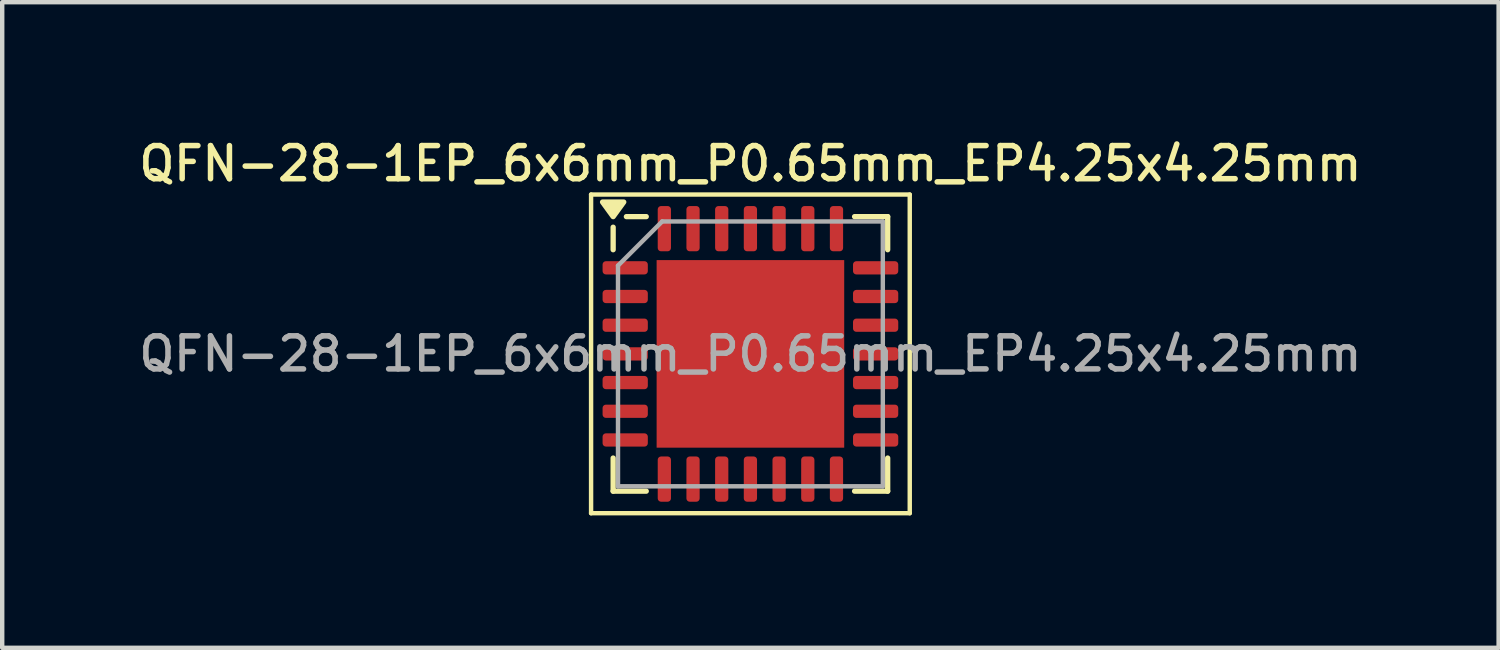
<source format=kicad_pcb>
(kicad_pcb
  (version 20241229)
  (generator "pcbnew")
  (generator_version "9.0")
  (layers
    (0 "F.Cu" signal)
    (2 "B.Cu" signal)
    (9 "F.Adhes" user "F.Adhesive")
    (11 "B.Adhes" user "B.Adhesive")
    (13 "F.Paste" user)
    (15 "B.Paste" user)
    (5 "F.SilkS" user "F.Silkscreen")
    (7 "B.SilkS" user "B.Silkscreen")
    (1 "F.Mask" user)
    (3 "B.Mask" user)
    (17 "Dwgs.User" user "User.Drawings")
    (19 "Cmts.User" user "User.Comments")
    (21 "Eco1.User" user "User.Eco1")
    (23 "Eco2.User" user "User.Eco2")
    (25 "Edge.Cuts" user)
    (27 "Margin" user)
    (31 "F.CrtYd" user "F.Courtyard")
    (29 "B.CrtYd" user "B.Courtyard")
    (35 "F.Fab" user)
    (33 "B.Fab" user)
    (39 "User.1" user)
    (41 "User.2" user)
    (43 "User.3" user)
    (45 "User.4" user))
  (footprint "QFN-28-1EP_6x6mm_P0.65mm_EP4.25x4.25mm"
    (layer "F.Cu")
    (at 13.952 4.968)
    (property "Reference" "QFN-28-1EP_6x6mm_P0.65mm_EP4.25x4.25mm" (at 0 -4.31 0) (layer "F.SilkS") (effects (font (size 0.75 0.75) (thickness 0.125))))
    (attr smd)
    (fp_line (start -3.61 -3.61) (end -3.61 3.61) (stroke (width 0.1) (type solid)) (layer "F.SilkS"))
    (fp_line (start -3.61 3.61) (end 3.61 3.61) (stroke (width 0.1) (type solid)) (layer "F.SilkS"))
    (fp_line (start -3.11 -2.36) (end -3.11 -2.87) (stroke (width 0.12) (type solid)) (layer "F.SilkS"))
    (fp_line (start -3.11 3.11) (end -3.11 2.36) (stroke (width 0.12) (type solid)) (layer "F.SilkS"))
    (fp_line (start -2.36 -3.11) (end -2.81 -3.11) (stroke (width 0.12) (type solid)) (layer "F.SilkS"))
    (fp_line (start -2.36 3.11) (end -3.11 3.11) (stroke (width 0.12) (type solid)) (layer "F.SilkS"))
    (fp_line (start 2.36 -3.11) (end 3.11 -3.11) (stroke (width 0.12) (type solid)) (layer "F.SilkS"))
    (fp_line (start 2.36 3.11) (end 3.11 3.11) (stroke (width 0.12) (type solid)) (layer "F.SilkS"))
    (fp_line (start 3.11 -3.11) (end 3.11 -2.36) (stroke (width 0.12) (type solid)) (layer "F.SilkS"))
    (fp_line (start 3.11 3.11) (end 3.11 2.36) (stroke (width 0.12) (type solid)) (layer "F.SilkS"))
    (fp_line (start 3.61 -3.61) (end -3.61 -3.61) (stroke (width 0.1) (type solid)) (layer "F.SilkS"))
    (fp_line (start 3.61 3.61) (end 3.61 -3.61) (stroke (width 0.1) (type solid)) (layer "F.SilkS"))
    (fp_poly (pts (xy -3.11 -3.11) (xy -3.35 -3.44) (xy -2.87 -3.44) (xy -3.11 -3.11)) (stroke (width 0.12) (type solid)) (fill yes) (layer "F.SilkS"))
    (fp_line (start -3 -2) (end -2 -3) (stroke (width 0.1) (type solid)) (layer "F.Fab"))
    (fp_line (start -3 3) (end -3 -2) (stroke (width 0.1) (type solid)) (layer "F.Fab"))
    (fp_line (start -2 -3) (end 3 -3) (stroke (width 0.1) (type solid)) (layer "F.Fab"))
    (fp_line (start 3 -3) (end 3 3) (stroke (width 0.1) (type solid)) (layer "F.Fab"))
    (fp_line (start 3 3) (end -3 3) (stroke (width 0.1) (type solid)) (layer "F.Fab"))
    (fp_text user "${REFERENCE}" (at 0 0 0) (layer "F.Fab") (effects (font (size 0.75 0.75) (thickness 0.125))))
    (pad "" smd roundrect (at -1.42 -1.42) (size 1.14 1.14) (layers "F.Paste") (roundrect_rratio 0.219))
    (pad "" smd roundrect (at -1.42 0) (size 1.14 1.14) (layers "F.Paste") (roundrect_rratio 0.219))
    (pad "" smd roundrect (at -1.42 1.42) (size 1.14 1.14) (layers "F.Paste") (roundrect_rratio 0.219))
    (pad "" smd roundrect (at 0 -1.42) (size 1.14 1.14) (layers "F.Paste") (roundrect_rratio 0.219))
    (pad "" smd roundrect (at 0 0) (size 1.14 1.14) (layers "F.Paste") (roundrect_rratio 0.219))
    (pad "" smd roundrect (at 0 1.42) (size 1.14 1.14) (layers "F.Paste") (roundrect_rratio 0.219))
    (pad "" smd roundrect (at 1.42 -1.42) (size 1.14 1.14) (layers "F.Paste") (roundrect_rratio 0.219))
    (pad "" smd roundrect (at 1.42 0) (size 1.14 1.14) (layers "F.Paste") (roundrect_rratio 0.219))
    (pad "" smd roundrect (at 1.42 1.42) (size 1.14 1.14) (layers "F.Paste") (roundrect_rratio 0.219))
    (pad "1" smd roundrect (at -2.837 -1.95) (size 1.025 0.3) (layers "F.Cu" "F.Mask" "F.Paste") (roundrect_rratio 0.25))
    (pad "2" smd roundrect (at -2.837 -1.3) (size 1.025 0.3) (layers "F.Cu" "F.Mask" "F.Paste") (roundrect_rratio 0.25))
    (pad "3" smd roundrect (at -2.837 -0.65) (size 1.025 0.3) (layers "F.Cu" "F.Mask" "F.Paste") (roundrect_rratio 0.25))
    (pad "4" smd roundrect (at -2.837 0) (size 1.025 0.3) (layers "F.Cu" "F.Mask" "F.Paste") (roundrect_rratio 0.25))
    (pad "5" smd roundrect (at -2.837 0.65) (size 1.025 0.3) (layers "F.Cu" "F.Mask" "F.Paste") (roundrect_rratio 0.25))
    (pad "6" smd roundrect (at -2.837 1.3) (size 1.025 0.3) (layers "F.Cu" "F.Mask" "F.Paste") (roundrect_rratio 0.25))
    (pad "7" smd roundrect (at -2.837 1.95) (size 1.025 0.3) (layers "F.Cu" "F.Mask" "F.Paste") (roundrect_rratio 0.25))
    (pad "8" smd roundrect (at -1.95 2.837) (size 0.3 1.025) (layers "F.Cu" "F.Mask" "F.Paste") (roundrect_rratio 0.25))
    (pad "9" smd roundrect (at -1.3 2.837) (size 0.3 1.025) (layers "F.Cu" "F.Mask" "F.Paste") (roundrect_rratio 0.25))
    (pad "10" smd roundrect (at -0.65 2.837) (size 0.3 1.025) (layers "F.Cu" "F.Mask" "F.Paste") (roundrect_rratio 0.25))
    (pad "11" smd roundrect (at 0 2.837) (size 0.3 1.025) (layers "F.Cu" "F.Mask" "F.Paste") (roundrect_rratio 0.25))
    (pad "12" smd roundrect (at 0.65 2.837) (size 0.3 1.025) (layers "F.Cu" "F.Mask" "F.Paste") (roundrect_rratio 0.25))
    (pad "13" smd roundrect (at 1.3 2.837) (size 0.3 1.025) (layers "F.Cu" "F.Mask" "F.Paste") (roundrect_rratio 0.25))
    (pad "14" smd roundrect (at 1.95 2.837) (size 0.3 1.025) (layers "F.Cu" "F.Mask" "F.Paste") (roundrect_rratio 0.25))
    (pad "15" smd roundrect (at 2.837 1.95) (size 1.025 0.3) (layers "F.Cu" "F.Mask" "F.Paste") (roundrect_rratio 0.25))
    (pad "16" smd roundrect (at 2.837 1.3) (size 1.025 0.3) (layers "F.Cu" "F.Mask" "F.Paste") (roundrect_rratio 0.25))
    (pad "17" smd roundrect (at 2.837 0.65) (size 1.025 0.3) (layers "F.Cu" "F.Mask" "F.Paste") (roundrect_rratio 0.25))
    (pad "18" smd roundrect (at 2.837 0) (size 1.025 0.3) (layers "F.Cu" "F.Mask" "F.Paste") (roundrect_rratio 0.25))
    (pad "19" smd roundrect (at 2.837 -0.65) (size 1.025 0.3) (layers "F.Cu" "F.Mask" "F.Paste") (roundrect_rratio 0.25))
    (pad "20" smd roundrect (at 2.837 -1.3) (size 1.025 0.3) (layers "F.Cu" "F.Mask" "F.Paste") (roundrect_rratio 0.25))
    (pad "21" smd roundrect (at 2.837 -1.95) (size 1.025 0.3) (layers "F.Cu" "F.Mask" "F.Paste") (roundrect_rratio 0.25))
    (pad "22" smd roundrect (at 1.95 -2.837) (size 0.3 1.025) (layers "F.Cu" "F.Mask" "F.Paste") (roundrect_rratio 0.25))
    (pad "23" smd roundrect (at 1.3 -2.837) (size 0.3 1.025) (layers "F.Cu" "F.Mask" "F.Paste") (roundrect_rratio 0.25))
    (pad "24" smd roundrect (at 0.65 -2.837) (size 0.3 1.025) (layers "F.Cu" "F.Mask" "F.Paste") (roundrect_rratio 0.25))
    (pad "25" smd roundrect (at 0 -2.837) (size 0.3 1.025) (layers "F.Cu" "F.Mask" "F.Paste") (roundrect_rratio 0.25))
    (pad "26" smd roundrect (at -0.65 -2.837) (size 0.3 1.025) (layers "F.Cu" "F.Mask" "F.Paste") (roundrect_rratio 0.25))
    (pad "27" smd roundrect (at -1.3 -2.837) (size 0.3 1.025) (layers "F.Cu" "F.Mask" "F.Paste") (roundrect_rratio 0.25))
    (pad "28" smd roundrect (at -1.95 -2.837) (size 0.3 1.025) (layers "F.Cu" "F.Mask" "F.Paste") (roundrect_rratio 0.25))
    (pad "29" smd rect (at 0 0) (size 4.25 4.25) (property pad_prop_heatsink) (layers "F.Cu" "F.Mask")))
  (gr_rect
    (start -3 -3)
    (end 30.904 11.628)
    (stroke (width 0.1) (type default))
    (fill no)
    (layer "Edge.Cuts")))
</source>
